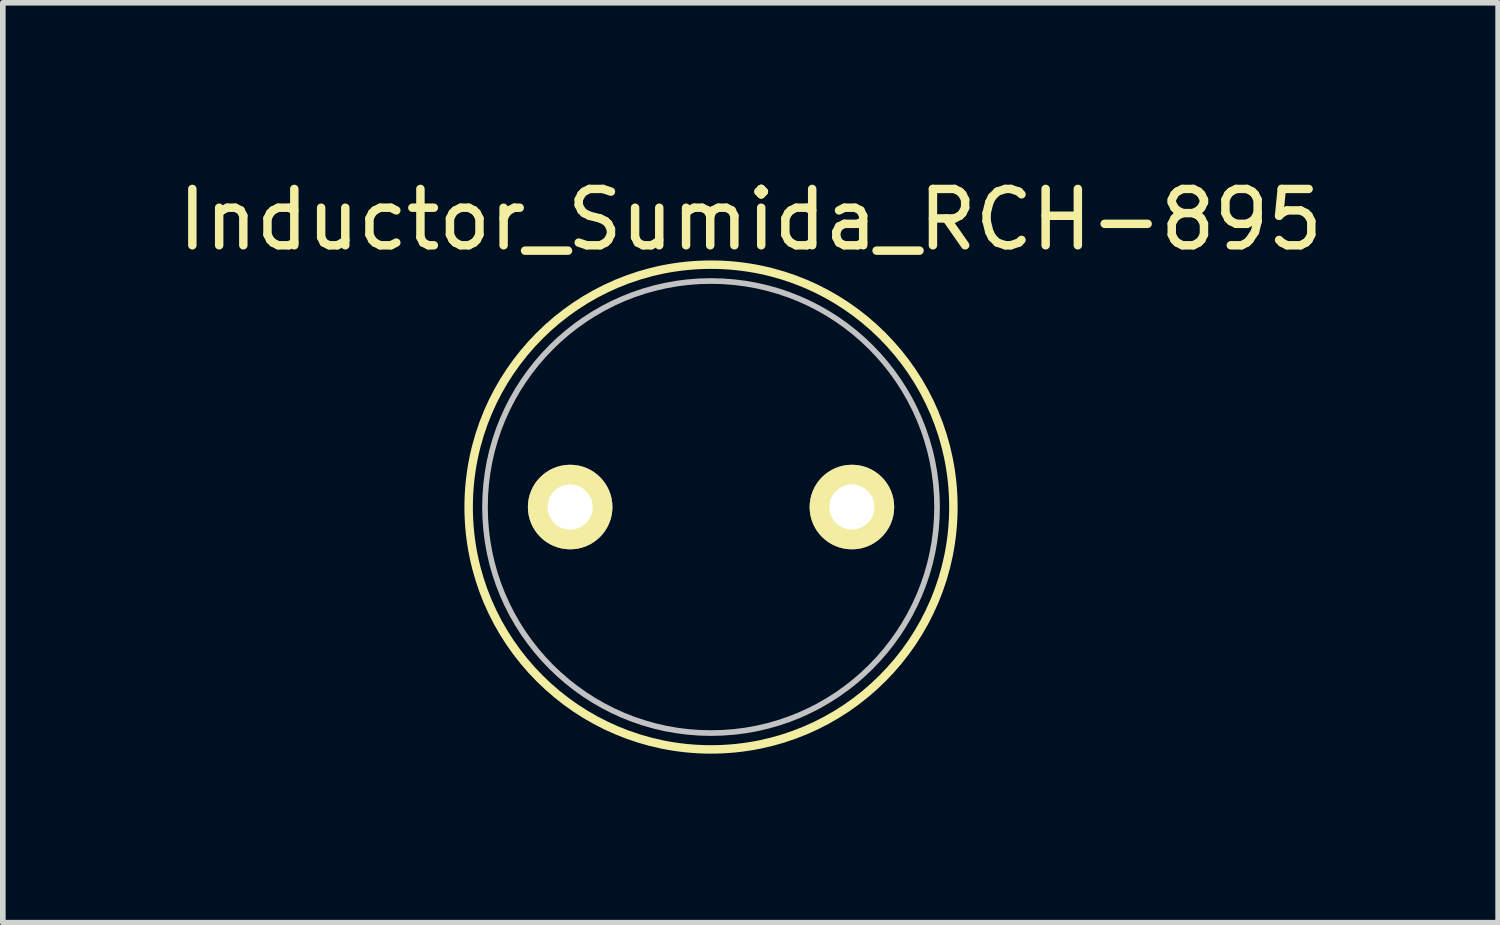
<source format=kicad_pcb>
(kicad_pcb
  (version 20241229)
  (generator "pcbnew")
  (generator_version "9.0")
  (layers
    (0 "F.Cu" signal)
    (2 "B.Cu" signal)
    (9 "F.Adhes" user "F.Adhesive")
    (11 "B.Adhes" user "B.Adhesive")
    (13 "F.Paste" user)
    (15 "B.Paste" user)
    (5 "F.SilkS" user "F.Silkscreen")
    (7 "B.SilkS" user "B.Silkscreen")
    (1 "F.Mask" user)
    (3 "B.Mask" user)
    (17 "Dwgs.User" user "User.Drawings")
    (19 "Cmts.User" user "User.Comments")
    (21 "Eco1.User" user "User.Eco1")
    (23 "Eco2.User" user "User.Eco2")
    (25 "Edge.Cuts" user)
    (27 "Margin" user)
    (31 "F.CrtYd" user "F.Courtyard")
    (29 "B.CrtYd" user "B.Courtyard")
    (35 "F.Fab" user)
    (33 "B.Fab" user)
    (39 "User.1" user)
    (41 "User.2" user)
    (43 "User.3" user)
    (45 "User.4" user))
  (footprint "Inductor_Sumida_RCH-895"
    (layer "F.Cu")
    (at 7.068 5.948)
    (property "Reference" "Inductor_Sumida_RCH-895" (at 3.2 -5.1 0) (layer "F.SilkS") (effects (font (size 1 1) (thickness 0.15))))
    (attr through_hole)
    (fp_circle (center 2.5 0) (end 2.6 -4.3) (stroke (width 0.15) (type solid)) (fill no) (layer "F.SilkS"))
    (fp_circle (center 2.5 0) (end 2.2 -4) (stroke (width 0.1) (type solid)) (fill no) (layer "Dwgs.User"))
    (pad "1" thru_hole circle (at 0 0 90) (size 1.5 1.5) (drill 0.8) (layers "*.Cu" "*.Mask" "F.SilkS"))
    (pad "2" thru_hole circle (at 5 0 90) (size 1.5 1.5) (drill 0.8) (layers "*.Cu" "*.Mask" "F.SilkS")))
  (gr_rect
    (start -3 -3)
    (end 23.536 13.324)
    (stroke (width 0.1) (type default))
    (fill no)
    (layer "Edge.Cuts")))
</source>
